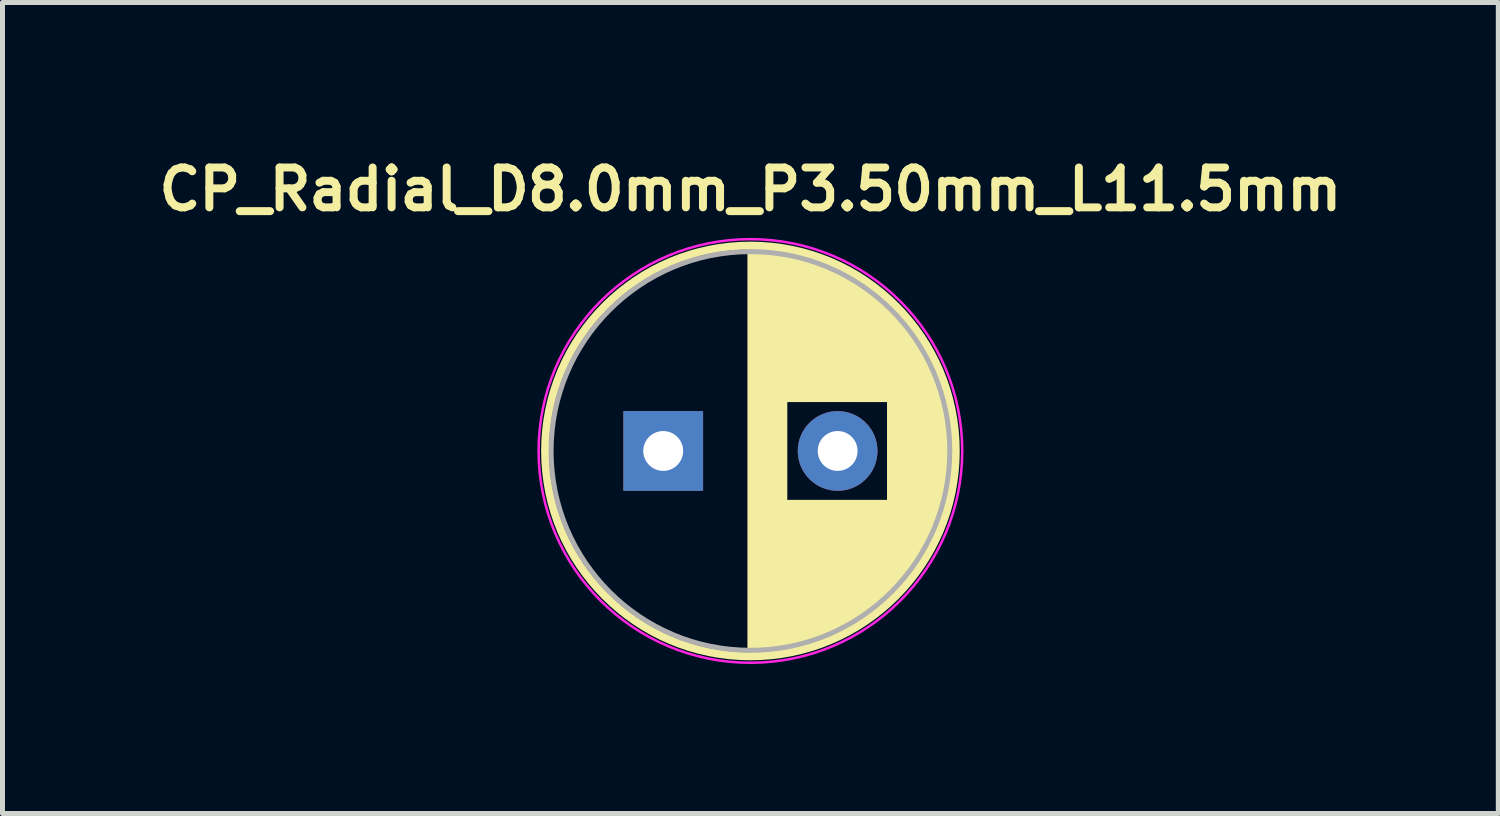
<source format=kicad_pcb>
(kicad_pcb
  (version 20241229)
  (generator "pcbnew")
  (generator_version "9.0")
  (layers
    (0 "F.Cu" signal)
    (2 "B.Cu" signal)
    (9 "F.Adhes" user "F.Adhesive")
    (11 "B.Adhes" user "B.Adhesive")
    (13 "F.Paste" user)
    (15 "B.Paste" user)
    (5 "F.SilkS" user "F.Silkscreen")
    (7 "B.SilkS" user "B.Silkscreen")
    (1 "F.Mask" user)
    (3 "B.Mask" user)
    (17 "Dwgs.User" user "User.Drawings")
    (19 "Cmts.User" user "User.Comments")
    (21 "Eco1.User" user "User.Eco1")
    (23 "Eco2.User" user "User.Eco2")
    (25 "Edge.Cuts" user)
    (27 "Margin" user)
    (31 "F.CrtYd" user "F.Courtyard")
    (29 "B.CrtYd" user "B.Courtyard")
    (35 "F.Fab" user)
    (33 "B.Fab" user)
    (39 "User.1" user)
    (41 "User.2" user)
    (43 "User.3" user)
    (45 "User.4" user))
  (footprint "CP_Radial_D8.0mm_P3.50mm_L11.5mm"
    (layer "F.Cu")
    (at 12.008 5.999)
    (property "Reference" "CP_Radial_D8.0mm_P3.50mm_L11.5mm" (at 0 -5.25 0) (layer "F.SilkS") (effects (font (size 0.8 0.8) (thickness 0.16))))
    (attr through_hole)
    (fp_line (start 0 -4.08) (end 0 4.08) (stroke (width 0.12) (type solid)) (layer "F.SilkS"))
    (fp_line (start 0.04 -4.08) (end 0.04 4.08) (stroke (width 0.12) (type solid)) (layer "F.SilkS"))
    (fp_line (start 0.08 -4.08) (end 0.08 4.08) (stroke (width 0.12) (type solid)) (layer "F.SilkS"))
    (fp_line (start 0.12 -4.079) (end 0.12 4.079) (stroke (width 0.12) (type solid)) (layer "F.SilkS"))
    (fp_line (start 0.16 -4.077) (end 0.16 4.077) (stroke (width 0.12) (type solid)) (layer "F.SilkS"))
    (fp_line (start 0.2 -4.076) (end 0.2 4.076) (stroke (width 0.12) (type solid)) (layer "F.SilkS"))
    (fp_line (start 0.24 -4.074) (end 0.24 4.074) (stroke (width 0.12) (type solid)) (layer "F.SilkS"))
    (fp_line (start 0.28 -4.071) (end 0.28 4.071) (stroke (width 0.12) (type solid)) (layer "F.SilkS"))
    (fp_line (start 0.32 -4.068) (end 0.32 4.068) (stroke (width 0.12) (type solid)) (layer "F.SilkS"))
    (fp_line (start 0.36 -4.065) (end 0.36 4.065) (stroke (width 0.12) (type solid)) (layer "F.SilkS"))
    (fp_line (start 0.4 -4.061) (end 0.4 4.061) (stroke (width 0.12) (type solid)) (layer "F.SilkS"))
    (fp_line (start 0.44 -4.057) (end 0.44 4.057) (stroke (width 0.12) (type solid)) (layer "F.SilkS"))
    (fp_line (start 0.48 -4.052) (end 0.48 4.052) (stroke (width 0.12) (type solid)) (layer "F.SilkS"))
    (fp_line (start 0.52 -4.048) (end 0.52 4.048) (stroke (width 0.12) (type solid)) (layer "F.SilkS"))
    (fp_line (start 0.56 -4.042) (end 0.56 4.042) (stroke (width 0.12) (type solid)) (layer "F.SilkS"))
    (fp_line (start 0.6 -4.037) (end 0.6 4.037) (stroke (width 0.12) (type solid)) (layer "F.SilkS"))
    (fp_line (start 0.64 -4.03) (end 0.64 4.03) (stroke (width 0.12) (type solid)) (layer "F.SilkS"))
    (fp_line (start 0.68 -4.024) (end 0.68 4.024) (stroke (width 0.12) (type solid)) (layer "F.SilkS"))
    (fp_line (start 0.721 -4.017) (end 0.721 -1.04) (stroke (width 0.12) (type solid)) (layer "F.SilkS"))
    (fp_line (start 0.721 1.04) (end 0.721 4.017) (stroke (width 0.12) (type solid)) (layer "F.SilkS"))
    (fp_line (start 0.761 -4.01) (end 0.761 -1.04) (stroke (width 0.12) (type solid)) (layer "F.SilkS"))
    (fp_line (start 0.761 1.04) (end 0.761 4.01) (stroke (width 0.12) (type solid)) (layer "F.SilkS"))
    (fp_line (start 0.801 -4.002) (end 0.801 -1.04) (stroke (width 0.12) (type solid)) (layer "F.SilkS"))
    (fp_line (start 0.801 1.04) (end 0.801 4.002) (stroke (width 0.12) (type solid)) (layer "F.SilkS"))
    (fp_line (start 0.841 -3.994) (end 0.841 -1.04) (stroke (width 0.12) (type solid)) (layer "F.SilkS"))
    (fp_line (start 0.841 1.04) (end 0.841 3.994) (stroke (width 0.12) (type solid)) (layer "F.SilkS"))
    (fp_line (start 0.881 -3.985) (end 0.881 -1.04) (stroke (width 0.12) (type solid)) (layer "F.SilkS"))
    (fp_line (start 0.881 1.04) (end 0.881 3.985) (stroke (width 0.12) (type solid)) (layer "F.SilkS"))
    (fp_line (start 0.921 -3.976) (end 0.921 -1.04) (stroke (width 0.12) (type solid)) (layer "F.SilkS"))
    (fp_line (start 0.921 1.04) (end 0.921 3.976) (stroke (width 0.12) (type solid)) (layer "F.SilkS"))
    (fp_line (start 0.961 -3.967) (end 0.961 -1.04) (stroke (width 0.12) (type solid)) (layer "F.SilkS"))
    (fp_line (start 0.961 1.04) (end 0.961 3.967) (stroke (width 0.12) (type solid)) (layer "F.SilkS"))
    (fp_line (start 1.001 -3.957) (end 1.001 -1.04) (stroke (width 0.12) (type solid)) (layer "F.SilkS"))
    (fp_line (start 1.001 1.04) (end 1.001 3.957) (stroke (width 0.12) (type solid)) (layer "F.SilkS"))
    (fp_line (start 1.041 -3.947) (end 1.041 -1.04) (stroke (width 0.12) (type solid)) (layer "F.SilkS"))
    (fp_line (start 1.041 1.04) (end 1.041 3.947) (stroke (width 0.12) (type solid)) (layer "F.SilkS"))
    (fp_line (start 1.081 -3.936) (end 1.081 -1.04) (stroke (width 0.12) (type solid)) (layer "F.SilkS"))
    (fp_line (start 1.081 1.04) (end 1.081 3.936) (stroke (width 0.12) (type solid)) (layer "F.SilkS"))
    (fp_line (start 1.121 -3.925) (end 1.121 -1.04) (stroke (width 0.12) (type solid)) (layer "F.SilkS"))
    (fp_line (start 1.121 1.04) (end 1.121 3.925) (stroke (width 0.12) (type solid)) (layer "F.SilkS"))
    (fp_line (start 1.161 -3.914) (end 1.161 -1.04) (stroke (width 0.12) (type solid)) (layer "F.SilkS"))
    (fp_line (start 1.161 1.04) (end 1.161 3.914) (stroke (width 0.12) (type solid)) (layer "F.SilkS"))
    (fp_line (start 1.201 -3.902) (end 1.201 -1.04) (stroke (width 0.12) (type solid)) (layer "F.SilkS"))
    (fp_line (start 1.201 1.04) (end 1.201 3.902) (stroke (width 0.12) (type solid)) (layer "F.SilkS"))
    (fp_line (start 1.241 -3.889) (end 1.241 -1.04) (stroke (width 0.12) (type solid)) (layer "F.SilkS"))
    (fp_line (start 1.241 1.04) (end 1.241 3.889) (stroke (width 0.12) (type solid)) (layer "F.SilkS"))
    (fp_line (start 1.281 -3.877) (end 1.281 -1.04) (stroke (width 0.12) (type solid)) (layer "F.SilkS"))
    (fp_line (start 1.281 1.04) (end 1.281 3.877) (stroke (width 0.12) (type solid)) (layer "F.SilkS"))
    (fp_line (start 1.321 -3.863) (end 1.321 -1.04) (stroke (width 0.12) (type solid)) (layer "F.SilkS"))
    (fp_line (start 1.321 1.04) (end 1.321 3.863) (stroke (width 0.12) (type solid)) (layer "F.SilkS"))
    (fp_line (start 1.361 -3.85) (end 1.361 -1.04) (stroke (width 0.12) (type solid)) (layer "F.SilkS"))
    (fp_line (start 1.361 1.04) (end 1.361 3.85) (stroke (width 0.12) (type solid)) (layer "F.SilkS"))
    (fp_line (start 1.401 -3.835) (end 1.401 -1.04) (stroke (width 0.12) (type solid)) (layer "F.SilkS"))
    (fp_line (start 1.401 1.04) (end 1.401 3.835) (stroke (width 0.12) (type solid)) (layer "F.SilkS"))
    (fp_line (start 1.441 -3.821) (end 1.441 -1.04) (stroke (width 0.12) (type solid)) (layer "F.SilkS"))
    (fp_line (start 1.441 1.04) (end 1.441 3.821) (stroke (width 0.12) (type solid)) (layer "F.SilkS"))
    (fp_line (start 1.481 -3.805) (end 1.481 -1.04) (stroke (width 0.12) (type solid)) (layer "F.SilkS"))
    (fp_line (start 1.481 1.04) (end 1.481 3.805) (stroke (width 0.12) (type solid)) (layer "F.SilkS"))
    (fp_line (start 1.521 -3.79) (end 1.521 -1.04) (stroke (width 0.12) (type solid)) (layer "F.SilkS"))
    (fp_line (start 1.521 1.04) (end 1.521 3.79) (stroke (width 0.12) (type solid)) (layer "F.SilkS"))
    (fp_line (start 1.561 -3.774) (end 1.561 -1.04) (stroke (width 0.12) (type solid)) (layer "F.SilkS"))
    (fp_line (start 1.561 1.04) (end 1.561 3.774) (stroke (width 0.12) (type solid)) (layer "F.SilkS"))
    (fp_line (start 1.601 -3.757) (end 1.601 -1.04) (stroke (width 0.12) (type solid)) (layer "F.SilkS"))
    (fp_line (start 1.601 1.04) (end 1.601 3.757) (stroke (width 0.12) (type solid)) (layer "F.SilkS"))
    (fp_line (start 1.641 -3.74) (end 1.641 -1.04) (stroke (width 0.12) (type solid)) (layer "F.SilkS"))
    (fp_line (start 1.641 1.04) (end 1.641 3.74) (stroke (width 0.12) (type solid)) (layer "F.SilkS"))
    (fp_line (start 1.681 -3.722) (end 1.681 -1.04) (stroke (width 0.12) (type solid)) (layer "F.SilkS"))
    (fp_line (start 1.681 1.04) (end 1.681 3.722) (stroke (width 0.12) (type solid)) (layer "F.SilkS"))
    (fp_line (start 1.721 -3.704) (end 1.721 -1.04) (stroke (width 0.12) (type solid)) (layer "F.SilkS"))
    (fp_line (start 1.721 1.04) (end 1.721 3.704) (stroke (width 0.12) (type solid)) (layer "F.SilkS"))
    (fp_line (start 1.761 -3.686) (end 1.761 -1.04) (stroke (width 0.12) (type solid)) (layer "F.SilkS"))
    (fp_line (start 1.761 1.04) (end 1.761 3.686) (stroke (width 0.12) (type solid)) (layer "F.SilkS"))
    (fp_line (start 1.801 -3.666) (end 1.801 -1.04) (stroke (width 0.12) (type solid)) (layer "F.SilkS"))
    (fp_line (start 1.801 1.04) (end 1.801 3.666) (stroke (width 0.12) (type solid)) (layer "F.SilkS"))
    (fp_line (start 1.841 -3.647) (end 1.841 -1.04) (stroke (width 0.12) (type solid)) (layer "F.SilkS"))
    (fp_line (start 1.841 1.04) (end 1.841 3.647) (stroke (width 0.12) (type solid)) (layer "F.SilkS"))
    (fp_line (start 1.881 -3.627) (end 1.881 -1.04) (stroke (width 0.12) (type solid)) (layer "F.SilkS"))
    (fp_line (start 1.881 1.04) (end 1.881 3.627) (stroke (width 0.12) (type solid)) (layer "F.SilkS"))
    (fp_line (start 1.921 -3.606) (end 1.921 -1.04) (stroke (width 0.12) (type solid)) (layer "F.SilkS"))
    (fp_line (start 1.921 1.04) (end 1.921 3.606) (stroke (width 0.12) (type solid)) (layer "F.SilkS"))
    (fp_line (start 1.961 -3.584) (end 1.961 -1.04) (stroke (width 0.12) (type solid)) (layer "F.SilkS"))
    (fp_line (start 1.961 1.04) (end 1.961 3.584) (stroke (width 0.12) (type solid)) (layer "F.SilkS"))
    (fp_line (start 2.001 -3.562) (end 2.001 -1.04) (stroke (width 0.12) (type solid)) (layer "F.SilkS"))
    (fp_line (start 2.001 1.04) (end 2.001 3.562) (stroke (width 0.12) (type solid)) (layer "F.SilkS"))
    (fp_line (start 2.041 -3.54) (end 2.041 -1.04) (stroke (width 0.12) (type solid)) (layer "F.SilkS"))
    (fp_line (start 2.041 1.04) (end 2.041 3.54) (stroke (width 0.12) (type solid)) (layer "F.SilkS"))
    (fp_line (start 2.081 -3.517) (end 2.081 -1.04) (stroke (width 0.12) (type solid)) (layer "F.SilkS"))
    (fp_line (start 2.081 1.04) (end 2.081 3.517) (stroke (width 0.12) (type solid)) (layer "F.SilkS"))
    (fp_line (start 2.121 -3.493) (end 2.121 -1.04) (stroke (width 0.12) (type solid)) (layer "F.SilkS"))
    (fp_line (start 2.121 1.04) (end 2.121 3.493) (stroke (width 0.12) (type solid)) (layer "F.SilkS"))
    (fp_line (start 2.161 -3.469) (end 2.161 -1.04) (stroke (width 0.12) (type solid)) (layer "F.SilkS"))
    (fp_line (start 2.161 1.04) (end 2.161 3.469) (stroke (width 0.12) (type solid)) (layer "F.SilkS"))
    (fp_line (start 2.201 -3.444) (end 2.201 -1.04) (stroke (width 0.12) (type solid)) (layer "F.SilkS"))
    (fp_line (start 2.201 1.04) (end 2.201 3.444) (stroke (width 0.12) (type solid)) (layer "F.SilkS"))
    (fp_line (start 2.241 -3.418) (end 2.241 -1.04) (stroke (width 0.12) (type solid)) (layer "F.SilkS"))
    (fp_line (start 2.241 1.04) (end 2.241 3.418) (stroke (width 0.12) (type solid)) (layer "F.SilkS"))
    (fp_line (start 2.281 -3.392) (end 2.281 -1.04) (stroke (width 0.12) (type solid)) (layer "F.SilkS"))
    (fp_line (start 2.281 1.04) (end 2.281 3.392) (stroke (width 0.12) (type solid)) (layer "F.SilkS"))
    (fp_line (start 2.321 -3.365) (end 2.321 -1.04) (stroke (width 0.12) (type solid)) (layer "F.SilkS"))
    (fp_line (start 2.321 1.04) (end 2.321 3.365) (stroke (width 0.12) (type solid)) (layer "F.SilkS"))
    (fp_line (start 2.361 -3.338) (end 2.361 -1.04) (stroke (width 0.12) (type solid)) (layer "F.SilkS"))
    (fp_line (start 2.361 1.04) (end 2.361 3.338) (stroke (width 0.12) (type solid)) (layer "F.SilkS"))
    (fp_line (start 2.401 -3.309) (end 2.401 -1.04) (stroke (width 0.12) (type solid)) (layer "F.SilkS"))
    (fp_line (start 2.401 1.04) (end 2.401 3.309) (stroke (width 0.12) (type solid)) (layer "F.SilkS"))
    (fp_line (start 2.441 -3.28) (end 2.441 -1.04) (stroke (width 0.12) (type solid)) (layer "F.SilkS"))
    (fp_line (start 2.441 1.04) (end 2.441 3.28) (stroke (width 0.12) (type solid)) (layer "F.SilkS"))
    (fp_line (start 2.481 -3.25) (end 2.481 -1.04) (stroke (width 0.12) (type solid)) (layer "F.SilkS"))
    (fp_line (start 2.481 1.04) (end 2.481 3.25) (stroke (width 0.12) (type solid)) (layer "F.SilkS"))
    (fp_line (start 2.521 -3.22) (end 2.521 -1.04) (stroke (width 0.12) (type solid)) (layer "F.SilkS"))
    (fp_line (start 2.521 1.04) (end 2.521 3.22) (stroke (width 0.12) (type solid)) (layer "F.SilkS"))
    (fp_line (start 2.561 -3.189) (end 2.561 -1.04) (stroke (width 0.12) (type solid)) (layer "F.SilkS"))
    (fp_line (start 2.561 1.04) (end 2.561 3.189) (stroke (width 0.12) (type solid)) (layer "F.SilkS"))
    (fp_line (start 2.601 -3.156) (end 2.601 -1.04) (stroke (width 0.12) (type solid)) (layer "F.SilkS"))
    (fp_line (start 2.601 1.04) (end 2.601 3.156) (stroke (width 0.12) (type solid)) (layer "F.SilkS"))
    (fp_line (start 2.641 -3.124) (end 2.641 -1.04) (stroke (width 0.12) (type solid)) (layer "F.SilkS"))
    (fp_line (start 2.641 1.04) (end 2.641 3.124) (stroke (width 0.12) (type solid)) (layer "F.SilkS"))
    (fp_line (start 2.681 -3.09) (end 2.681 -1.04) (stroke (width 0.12) (type solid)) (layer "F.SilkS"))
    (fp_line (start 2.681 1.04) (end 2.681 3.09) (stroke (width 0.12) (type solid)) (layer "F.SilkS"))
    (fp_line (start 2.721 -3.055) (end 2.721 -1.04) (stroke (width 0.12) (type solid)) (layer "F.SilkS"))
    (fp_line (start 2.721 1.04) (end 2.721 3.055) (stroke (width 0.12) (type solid)) (layer "F.SilkS"))
    (fp_line (start 2.761 -3.019) (end 2.761 -1.04) (stroke (width 0.12) (type solid)) (layer "F.SilkS"))
    (fp_line (start 2.761 1.04) (end 2.761 3.019) (stroke (width 0.12) (type solid)) (layer "F.SilkS"))
    (fp_line (start 2.801 -2.983) (end 2.801 2.983) (stroke (width 0.12) (type solid)) (layer "F.SilkS"))
    (fp_line (start 2.841 -2.945) (end 2.841 2.945) (stroke (width 0.12) (type solid)) (layer "F.SilkS"))
    (fp_line (start 2.881 -2.907) (end 2.881 2.907) (stroke (width 0.12) (type solid)) (layer "F.SilkS"))
    (fp_line (start 2.921 -2.867) (end 2.921 2.867) (stroke (width 0.12) (type solid)) (layer "F.SilkS"))
    (fp_line (start 2.961 -2.826) (end 2.961 2.826) (stroke (width 0.12) (type solid)) (layer "F.SilkS"))
    (fp_line (start 3.001 -2.784) (end 3.001 2.784) (stroke (width 0.12) (type solid)) (layer "F.SilkS"))
    (fp_line (start 3.041 -2.741) (end 3.041 2.741) (stroke (width 0.12) (type solid)) (layer "F.SilkS"))
    (fp_line (start 3.081 -2.697) (end 3.081 2.697) (stroke (width 0.12) (type solid)) (layer "F.SilkS"))
    (fp_line (start 3.121 -2.651) (end 3.121 2.651) (stroke (width 0.12) (type solid)) (layer "F.SilkS"))
    (fp_line (start 3.161 -2.604) (end 3.161 2.604) (stroke (width 0.12) (type solid)) (layer "F.SilkS"))
    (fp_line (start 3.201 -2.556) (end 3.201 2.556) (stroke (width 0.12) (type solid)) (layer "F.SilkS"))
    (fp_line (start 3.241 -2.505) (end 3.241 2.505) (stroke (width 0.12) (type solid)) (layer "F.SilkS"))
    (fp_line (start 3.281 -2.454) (end 3.281 2.454) (stroke (width 0.12) (type solid)) (layer "F.SilkS"))
    (fp_line (start 3.321 -2.4) (end 3.321 2.4) (stroke (width 0.12) (type solid)) (layer "F.SilkS"))
    (fp_line (start 3.361 -2.345) (end 3.361 2.345) (stroke (width 0.12) (type solid)) (layer "F.SilkS"))
    (fp_line (start 3.401 -2.287) (end 3.401 2.287) (stroke (width 0.12) (type solid)) (layer "F.SilkS"))
    (fp_line (start 3.441 -2.228) (end 3.441 2.228) (stroke (width 0.12) (type solid)) (layer "F.SilkS"))
    (fp_line (start 3.481 -2.166) (end 3.481 2.166) (stroke (width 0.12) (type solid)) (layer "F.SilkS"))
    (fp_line (start 3.521 -2.102) (end 3.521 2.102) (stroke (width 0.12) (type solid)) (layer "F.SilkS"))
    (fp_line (start 3.561 -2.034) (end 3.561 2.034) (stroke (width 0.12) (type solid)) (layer "F.SilkS"))
    (fp_line (start 3.601 -1.964) (end 3.601 1.964) (stroke (width 0.12) (type solid)) (layer "F.SilkS"))
    (fp_line (start 3.641 -1.89) (end 3.641 1.89) (stroke (width 0.12) (type solid)) (layer "F.SilkS"))
    (fp_line (start 3.681 -1.813) (end 3.681 1.813) (stroke (width 0.12) (type solid)) (layer "F.SilkS"))
    (fp_line (start 3.721 -1.731) (end 3.721 1.731) (stroke (width 0.12) (type solid)) (layer "F.SilkS"))
    (fp_line (start 3.761 -1.645) (end 3.761 1.645) (stroke (width 0.12) (type solid)) (layer "F.SilkS"))
    (fp_line (start 3.801 -1.552) (end 3.801 1.552) (stroke (width 0.12) (type solid)) (layer "F.SilkS"))
    (fp_line (start 3.841 -1.453) (end 3.841 1.453) (stroke (width 0.12) (type solid)) (layer "F.SilkS"))
    (fp_line (start 3.881 -1.346) (end 3.881 1.346) (stroke (width 0.12) (type solid)) (layer "F.SilkS"))
    (fp_line (start 3.921 -1.229) (end 3.921 1.229) (stroke (width 0.12) (type solid)) (layer "F.SilkS"))
    (fp_line (start 3.961 -1.098) (end 3.961 1.098) (stroke (width 0.12) (type solid)) (layer "F.SilkS"))
    (fp_line (start 4.001 -0.948) (end 4.001 0.948) (stroke (width 0.12) (type solid)) (layer "F.SilkS"))
    (fp_line (start 4.041 -0.768) (end 4.041 0.768) (stroke (width 0.12) (type solid)) (layer "F.SilkS"))
    (fp_line (start 4.081 -0.533) (end 4.081 0.533) (stroke (width 0.12) (type solid)) (layer "F.SilkS"))
    (fp_circle (center 0 0) (end 4.12 0) (stroke (width 0.16) (type solid)) (fill no) (layer "F.SilkS"))
    (fp_circle (center 0 0) (end 4.25 0) (stroke (width 0.05) (type solid)) (fill no) (layer "F.CrtYd"))
    (fp_circle (center 0 0) (end 4 0) (stroke (width 0.1) (type solid)) (fill no) (layer "F.Fab"))
    (pad "1" thru_hole rect (at -1.75 0) (size 1.6 1.6) (drill 0.8) (layers "*.Cu" "*.Mask"))
    (pad "2" thru_hole circle (at 1.75 0) (size 1.6 1.6) (drill 0.8) (layers "*.Cu" "*.Mask")))
  (gr_rect
    (start -3 -3)
    (end 27.015 13.274)
    (stroke (width 0.1) (type default))
    (fill no)
    (layer "Edge.Cuts")))
</source>
